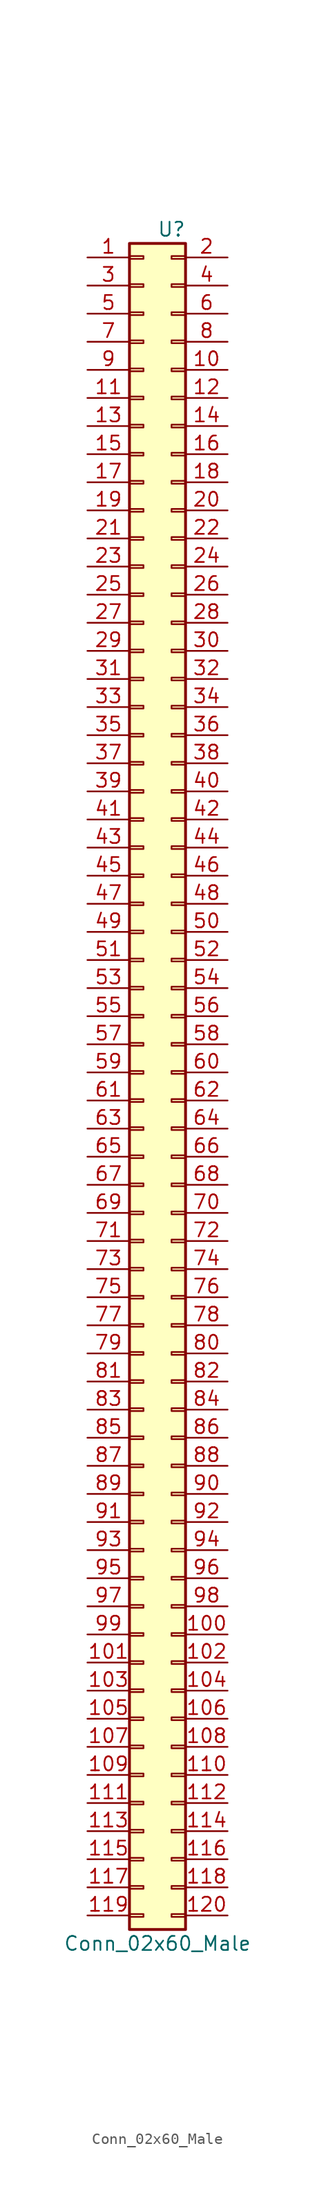
<source format=kicad_sym>
(kicad_symbol_lib
  (version 20231120)
  (generator "kicad_symbol_editor")
  (generator_version "8.0")
  (symbol "Conn_02x60_Male"
    (pin_names hide)
    (property "Reference" "U"
      (at 1.27 76.2 0)
      (effects (font (size 1.27 1.27))))
    (property "Value" "Conn_02x60_Male"
      (at 0 -78.74 0)
      (effects (font (size 1.27 1.27))))
    (symbol "Conn_02x60_Male_1_1"
      (rectangle (start -2.54 -76.073) (end -1.27 -76.327) (stroke (width 0.152) (type default)) (fill (type none)))
      (rectangle (start -2.54 -73.533) (end -1.27 -73.787) (stroke (width 0.152) (type default)) (fill (type none)))
      (rectangle (start -2.54 -70.993) (end -1.27 -71.247) (stroke (width 0.152) (type default)) (fill (type none)))
      (rectangle (start -2.54 -68.453) (end -1.27 -68.707) (stroke (width 0.152) (type default)) (fill (type none)))
      (rectangle (start -2.54 -65.913) (end -1.27 -66.167) (stroke (width 0.152) (type default)) (fill (type none)))
      (rectangle (start -2.54 -63.373) (end -1.27 -63.627) (stroke (width 0.152) (type default)) (fill (type none)))
      (rectangle (start -2.54 -60.833) (end -1.27 -61.087) (stroke (width 0.152) (type default)) (fill (type none)))
      (rectangle (start -2.54 -58.293) (end -1.27 -58.547) (stroke (width 0.152) (type default)) (fill (type none)))
      (rectangle (start -2.54 -55.753) (end -1.27 -56.007) (stroke (width 0.152) (type default)) (fill (type none)))
      (rectangle (start -2.54 -53.213) (end -1.27 -53.467) (stroke (width 0.152) (type default)) (fill (type none)))
      (rectangle (start -2.54 -50.673) (end -1.27 -50.927) (stroke (width 0.152) (type default)) (fill (type none)))
      (rectangle (start -2.54 -48.133) (end -1.27 -48.387) (stroke (width 0.152) (type default)) (fill (type none)))
      (rectangle (start -2.54 -45.593) (end -1.27 -45.847) (stroke (width 0.152) (type default)) (fill (type none)))
      (rectangle (start -2.54 -43.053) (end -1.27 -43.307) (stroke (width 0.152) (type default)) (fill (type none)))
      (rectangle (start -2.54 -40.513) (end -1.27 -40.767) (stroke (width 0.152) (type default)) (fill (type none)))
      (rectangle (start -2.54 -37.973) (end -1.27 -38.227) (stroke (width 0.152) (type default)) (fill (type none)))
      (rectangle (start -2.54 -35.433) (end -1.27 -35.687) (stroke (width 0.152) (type default)) (fill (type none)))
      (rectangle (start -2.54 -32.893) (end -1.27 -33.147) (stroke (width 0.152) (type default)) (fill (type none)))
      (rectangle (start -2.54 -30.353) (end -1.27 -30.607) (stroke (width 0.152) (type default)) (fill (type none)))
      (rectangle (start -2.54 -27.813) (end -1.27 -28.067) (stroke (width 0.152) (type default)) (fill (type none)))
      (rectangle (start -2.54 -25.273) (end -1.27 -25.527) (stroke (width 0.152) (type default)) (fill (type none)))
      (rectangle (start -2.54 -22.733) (end -1.27 -22.987) (stroke (width 0.152) (type default)) (fill (type none)))
      (rectangle (start -2.54 -20.193) (end -1.27 -20.447) (stroke (width 0.152) (type default)) (fill (type none)))
      (rectangle (start -2.54 -17.653) (end -1.27 -17.907) (stroke (width 0.152) (type default)) (fill (type none)))
      (rectangle (start -2.54 -15.113) (end -1.27 -15.367) (stroke (width 0.152) (type default)) (fill (type none)))
      (rectangle (start -2.54 -12.573) (end -1.27 -12.827) (stroke (width 0.152) (type default)) (fill (type none)))
      (rectangle (start -2.54 -10.033) (end -1.27 -10.287) (stroke (width 0.152) (type default)) (fill (type none)))
      (rectangle (start -2.54 -7.493) (end -1.27 -7.747) (stroke (width 0.152) (type default)) (fill (type none)))
      (rectangle (start -2.54 -4.953) (end -1.27 -5.207) (stroke (width 0.152) (type default)) (fill (type none)))
      (rectangle (start -2.54 -2.413) (end -1.27 -2.667) (stroke (width 0.152) (type default)) (fill (type none)))
      (rectangle (start -2.54 0.127) (end -1.27 -0.127) (stroke (width 0.152) (type default)) (fill (type none)))
      (rectangle (start -2.54 2.667) (end -1.27 2.413) (stroke (width 0.152) (type default)) (fill (type none)))
      (rectangle (start -2.54 5.207) (end -1.27 4.953) (stroke (width 0.152) (type default)) (fill (type none)))
      (rectangle (start -2.54 7.747) (end -1.27 7.493) (stroke (width 0.152) (type default)) (fill (type none)))
      (rectangle (start -2.54 10.287) (end -1.27 10.033) (stroke (width 0.152) (type default)) (fill (type none)))
      (rectangle (start -2.54 12.827) (end -1.27 12.573) (stroke (width 0.152) (type default)) (fill (type none)))
      (rectangle (start -2.54 15.367) (end -1.27 15.113) (stroke (width 0.152) (type default)) (fill (type none)))
      (rectangle (start -2.54 17.907) (end -1.27 17.653) (stroke (width 0.152) (type default)) (fill (type none)))
      (rectangle (start -2.54 20.447) (end -1.27 20.193) (stroke (width 0.152) (type default)) (fill (type none)))
      (rectangle (start -2.54 22.987) (end -1.27 22.733) (stroke (width 0.152) (type default)) (fill (type none)))
      (rectangle (start -2.54 25.527) (end -1.27 25.273) (stroke (width 0.152) (type default)) (fill (type none)))
      (rectangle (start -2.54 28.067) (end -1.27 27.813) (stroke (width 0.152) (type default)) (fill (type none)))
      (rectangle (start -2.54 30.607) (end -1.27 30.353) (stroke (width 0.152) (type default)) (fill (type none)))
      (rectangle (start -2.54 33.147) (end -1.27 32.893) (stroke (width 0.152) (type default)) (fill (type none)))
      (rectangle (start -2.54 35.687) (end -1.27 35.433) (stroke (width 0.152) (type default)) (fill (type none)))
      (rectangle (start -2.54 38.227) (end -1.27 37.973) (stroke (width 0.152) (type default)) (fill (type none)))
      (rectangle (start -2.54 40.767) (end -1.27 40.513) (stroke (width 0.152) (type default)) (fill (type none)))
      (rectangle (start -2.54 43.307) (end -1.27 43.053) (stroke (width 0.152) (type default)) (fill (type none)))
      (rectangle (start -2.54 45.847) (end -1.27 45.593) (stroke (width 0.152) (type default)) (fill (type none)))
      (rectangle (start -2.54 48.387) (end -1.27 48.133) (stroke (width 0.152) (type default)) (fill (type none)))
      (rectangle (start -2.54 50.927) (end -1.27 50.673) (stroke (width 0.152) (type default)) (fill (type none)))
      (rectangle (start -2.54 53.467) (end -1.27 53.213) (stroke (width 0.152) (type default)) (fill (type none)))
      (rectangle (start -2.54 56.007) (end -1.27 55.753) (stroke (width 0.152) (type default)) (fill (type none)))
      (rectangle (start -2.54 58.547) (end -1.27 58.293) (stroke (width 0.152) (type default)) (fill (type none)))
      (rectangle (start -2.54 61.087) (end -1.27 60.833) (stroke (width 0.152) (type default)) (fill (type none)))
      (rectangle (start -2.54 63.627) (end -1.27 63.373) (stroke (width 0.152) (type default)) (fill (type none)))
      (rectangle (start -2.54 66.167) (end -1.27 65.913) (stroke (width 0.152) (type default)) (fill (type none)))
      (rectangle (start -2.54 68.707) (end -1.27 68.453) (stroke (width 0.152) (type default)) (fill (type none)))
      (rectangle (start -2.54 71.247) (end -1.27 70.993) (stroke (width 0.152) (type default)) (fill (type none)))
      (rectangle (start -2.54 73.787) (end -1.27 73.533) (stroke (width 0.152) (type default)) (fill (type none)))
      (rectangle (start -2.54 74.93) (end 2.54 -77.47) (stroke (width 0.254) (type default)) (fill (type background)))
      (rectangle (start 2.54 -76.073) (end 1.27 -76.327) (stroke (width 0.152) (type default)) (fill (type none)))
      (rectangle (start 2.54 -73.533) (end 1.27 -73.787) (stroke (width 0.152) (type default)) (fill (type none)))
      (rectangle (start 2.54 -70.993) (end 1.27 -71.247) (stroke (width 0.152) (type default)) (fill (type none)))
      (rectangle (start 2.54 -68.453) (end 1.27 -68.707) (stroke (width 0.152) (type default)) (fill (type none)))
      (rectangle (start 2.54 -65.913) (end 1.27 -66.167) (stroke (width 0.152) (type default)) (fill (type none)))
      (rectangle (start 2.54 -63.373) (end 1.27 -63.627) (stroke (width 0.152) (type default)) (fill (type none)))
      (rectangle (start 2.54 -60.833) (end 1.27 -61.087) (stroke (width 0.152) (type default)) (fill (type none)))
      (rectangle (start 2.54 -58.293) (end 1.27 -58.547) (stroke (width 0.152) (type default)) (fill (type none)))
      (rectangle (start 2.54 -55.753) (end 1.27 -56.007) (stroke (width 0.152) (type default)) (fill (type none)))
      (rectangle (start 2.54 -53.213) (end 1.27 -53.467) (stroke (width 0.152) (type default)) (fill (type none)))
      (rectangle (start 2.54 -50.673) (end 1.27 -50.927) (stroke (width 0.152) (type default)) (fill (type none)))
      (rectangle (start 2.54 -48.133) (end 1.27 -48.387) (stroke (width 0.152) (type default)) (fill (type none)))
      (rectangle (start 2.54 -45.593) (end 1.27 -45.847) (stroke (width 0.152) (type default)) (fill (type none)))
      (rectangle (start 2.54 -43.053) (end 1.27 -43.307) (stroke (width 0.152) (type default)) (fill (type none)))
      (rectangle (start 2.54 -40.513) (end 1.27 -40.767) (stroke (width 0.152) (type default)) (fill (type none)))
      (rectangle (start 2.54 -37.973) (end 1.27 -38.227) (stroke (width 0.152) (type default)) (fill (type none)))
      (rectangle (start 2.54 -35.433) (end 1.27 -35.687) (stroke (width 0.152) (type default)) (fill (type none)))
      (rectangle (start 2.54 -32.893) (end 1.27 -33.147) (stroke (width 0.152) (type default)) (fill (type none)))
      (rectangle (start 2.54 -30.353) (end 1.27 -30.607) (stroke (width 0.152) (type default)) (fill (type none)))
      (rectangle (start 2.54 -27.813) (end 1.27 -28.067) (stroke (width 0.152) (type default)) (fill (type none)))
      (rectangle (start 2.54 -25.273) (end 1.27 -25.527) (stroke (width 0.152) (type default)) (fill (type none)))
      (rectangle (start 2.54 -22.733) (end 1.27 -22.987) (stroke (width 0.152) (type default)) (fill (type none)))
      (rectangle (start 2.54 -20.193) (end 1.27 -20.447) (stroke (width 0.152) (type default)) (fill (type none)))
      (rectangle (start 2.54 -17.653) (end 1.27 -17.907) (stroke (width 0.152) (type default)) (fill (type none)))
      (rectangle (start 2.54 -15.113) (end 1.27 -15.367) (stroke (width 0.152) (type default)) (fill (type none)))
      (rectangle (start 2.54 -12.573) (end 1.27 -12.827) (stroke (width 0.152) (type default)) (fill (type none)))
      (rectangle (start 2.54 -10.033) (end 1.27 -10.287) (stroke (width 0.152) (type default)) (fill (type none)))
      (rectangle (start 2.54 -7.493) (end 1.27 -7.747) (stroke (width 0.152) (type default)) (fill (type none)))
      (rectangle (start 2.54 -4.953) (end 1.27 -5.207) (stroke (width 0.152) (type default)) (fill (type none)))
      (rectangle (start 2.54 -2.413) (end 1.27 -2.667) (stroke (width 0.152) (type default)) (fill (type none)))
      (rectangle (start 2.54 0.127) (end 1.27 -0.127) (stroke (width 0.152) (type default)) (fill (type none)))
      (rectangle (start 2.54 2.667) (end 1.27 2.413) (stroke (width 0.152) (type default)) (fill (type none)))
      (rectangle (start 2.54 5.207) (end 1.27 4.953) (stroke (width 0.152) (type default)) (fill (type none)))
      (rectangle (start 2.54 7.747) (end 1.27 7.493) (stroke (width 0.152) (type default)) (fill (type none)))
      (rectangle (start 2.54 10.287) (end 1.27 10.033) (stroke (width 0.152) (type default)) (fill (type none)))
      (rectangle (start 2.54 12.827) (end 1.27 12.573) (stroke (width 0.152) (type default)) (fill (type none)))
      (rectangle (start 2.54 15.367) (end 1.27 15.113) (stroke (width 0.152) (type default)) (fill (type none)))
      (rectangle (start 2.54 17.907) (end 1.27 17.653) (stroke (width 0.152) (type default)) (fill (type none)))
      (rectangle (start 2.54 20.447) (end 1.27 20.193) (stroke (width 0.152) (type default)) (fill (type none)))
      (rectangle (start 2.54 22.987) (end 1.27 22.733) (stroke (width 0.152) (type default)) (fill (type none)))
      (rectangle (start 2.54 25.527) (end 1.27 25.273) (stroke (width 0.152) (type default)) (fill (type none)))
      (rectangle (start 2.54 28.067) (end 1.27 27.813) (stroke (width 0.152) (type default)) (fill (type none)))
      (rectangle (start 2.54 30.607) (end 1.27 30.353) (stroke (width 0.152) (type default)) (fill (type none)))
      (rectangle (start 2.54 33.147) (end 1.27 32.893) (stroke (width 0.152) (type default)) (fill (type none)))
      (rectangle (start 2.54 35.687) (end 1.27 35.433) (stroke (width 0.152) (type default)) (fill (type none)))
      (rectangle (start 2.54 38.227) (end 1.27 37.973) (stroke (width 0.152) (type default)) (fill (type none)))
      (rectangle (start 2.54 40.767) (end 1.27 40.513) (stroke (width 0.152) (type default)) (fill (type none)))
      (rectangle (start 2.54 43.307) (end 1.27 43.053) (stroke (width 0.152) (type default)) (fill (type none)))
      (rectangle (start 2.54 45.847) (end 1.27 45.593) (stroke (width 0.152) (type default)) (fill (type none)))
      (rectangle (start 2.54 48.387) (end 1.27 48.133) (stroke (width 0.152) (type default)) (fill (type none)))
      (rectangle (start 2.54 50.927) (end 1.27 50.673) (stroke (width 0.152) (type default)) (fill (type none)))
      (rectangle (start 2.54 53.467) (end 1.27 53.213) (stroke (width 0.152) (type default)) (fill (type none)))
      (rectangle (start 2.54 56.007) (end 1.27 55.753) (stroke (width 0.152) (type default)) (fill (type none)))
      (rectangle (start 2.54 58.547) (end 1.27 58.293) (stroke (width 0.152) (type default)) (fill (type none)))
      (rectangle (start 2.54 61.087) (end 1.27 60.833) (stroke (width 0.152) (type default)) (fill (type none)))
      (rectangle (start 2.54 63.627) (end 1.27 63.373) (stroke (width 0.152) (type default)) (fill (type none)))
      (rectangle (start 2.54 66.167) (end 1.27 65.913) (stroke (width 0.152) (type default)) (fill (type none)))
      (rectangle (start 2.54 68.707) (end 1.27 68.453) (stroke (width 0.152) (type default)) (fill (type none)))
      (rectangle (start 2.54 71.247) (end 1.27 70.993) (stroke (width 0.152) (type default)) (fill (type none)))
      (rectangle (start 2.54 73.787) (end 1.27 73.533) (stroke (width 0.152) (type default)) (fill (type none)))
      (pin passive line (at -6.35 73.66 0) (length 3.81) (name "" (effects (font (size 1.27 1.27)))) (number "1" (effects (font (size 1.27 1.27)))))
      (pin passive line (at 6.35 63.5 180) (length 3.81) (name "Pin_10" (effects (font (size 1.27 1.27)))) (number "10" (effects (font (size 1.27 1.27)))))
      (pin passive line (at 6.35 -50.8 180) (length 3.81) (name "Pin_100" (effects (font (size 1.27 1.27)))) (number "100" (effects (font (size 1.27 1.27)))))
      (pin passive line (at -6.35 -53.34 0) (length 3.81) (name "Pin_101" (effects (font (size 1.27 1.27)))) (number "101" (effects (font (size 1.27 1.27)))))
      (pin passive line (at 6.35 -53.34 180) (length 3.81) (name "Pin_102" (effects (font (size 1.27 1.27)))) (number "102" (effects (font (size 1.27 1.27)))))
      (pin passive line (at -6.35 -55.88 0) (length 3.81) (name "Pin_103" (effects (font (size 1.27 1.27)))) (number "103" (effects (font (size 1.27 1.27)))))
      (pin passive line (at 6.35 -55.88 180) (length 3.81) (name "Pin_104" (effects (font (size 1.27 1.27)))) (number "104" (effects (font (size 1.27 1.27)))))
      (pin passive line (at -6.35 -58.42 0) (length 3.81) (name "Pin_105" (effects (font (size 1.27 1.27)))) (number "105" (effects (font (size 1.27 1.27)))))
      (pin passive line (at 6.35 -58.42 180) (length 3.81) (name "Pin_106" (effects (font (size 1.27 1.27)))) (number "106" (effects (font (size 1.27 1.27)))))
      (pin passive line (at -6.35 -60.96 0) (length 3.81) (name "Pin_107" (effects (font (size 1.27 1.27)))) (number "107" (effects (font (size 1.27 1.27)))))
      (pin passive line (at 6.35 -60.96 180) (length 3.81) (name "Pin_108" (effects (font (size 1.27 1.27)))) (number "108" (effects (font (size 1.27 1.27)))))
      (pin passive line (at -6.35 -63.5 0) (length 3.81) (name "Pin_109" (effects (font (size 1.27 1.27)))) (number "109" (effects (font (size 1.27 1.27)))))
      (pin passive line (at -6.35 60.96 0) (length 3.81) (name "Pin_11" (effects (font (size 1.27 1.27)))) (number "11" (effects (font (size 1.27 1.27)))))
      (pin passive line (at 6.35 -63.5 180) (length 3.81) (name "Pin_110" (effects (font (size 1.27 1.27)))) (number "110" (effects (font (size 1.27 1.27)))))
      (pin passive line (at -6.35 -66.04 0) (length 3.81) (name "Pin_111" (effects (font (size 1.27 1.27)))) (number "111" (effects (font (size 1.27 1.27)))))
      (pin passive line (at 6.35 -66.04 180) (length 3.81) (name "Pin_112" (effects (font (size 1.27 1.27)))) (number "112" (effects (font (size 1.27 1.27)))))
      (pin passive line (at -6.35 -68.58 0) (length 3.81) (name "Pin_113" (effects (font (size 1.27 1.27)))) (number "113" (effects (font (size 1.27 1.27)))))
      (pin passive line (at 6.35 -68.58 180) (length 3.81) (name "Pin_114" (effects (font (size 1.27 1.27)))) (number "114" (effects (font (size 1.27 1.27)))))
      (pin passive line (at -6.35 -71.12 0) (length 3.81) (name "Pin_115" (effects (font (size 1.27 1.27)))) (number "115" (effects (font (size 1.27 1.27)))))
      (pin passive line (at 6.35 -71.12 180) (length 3.81) (name "Pin_116" (effects (font (size 1.27 1.27)))) (number "116" (effects (font (size 1.27 1.27)))))
      (pin passive line (at -6.35 -73.66 0) (length 3.81) (name "Pin_117" (effects (font (size 1.27 1.27)))) (number "117" (effects (font (size 1.27 1.27)))))
      (pin passive line (at 6.35 -73.66 180) (length 3.81) (name "Pin_118" (effects (font (size 1.27 1.27)))) (number "118" (effects (font (size 1.27 1.27)))))
      (pin passive line (at -6.35 -76.2 0) (length 3.81) (name "Pin_119" (effects (font (size 1.27 1.27)))) (number "119" (effects (font (size 1.27 1.27)))))
      (pin passive line (at 6.35 60.96 180) (length 3.81) (name "Pin_12" (effects (font (size 1.27 1.27)))) (number "12" (effects (font (size 1.27 1.27)))))
      (pin passive line (at 6.35 -76.2 180) (length 3.81) (name "Pin_120" (effects (font (size 1.27 1.27)))) (number "120" (effects (font (size 1.27 1.27)))))
      (pin passive line (at -6.35 58.42 0) (length 3.81) (name "Pin_13" (effects (font (size 1.27 1.27)))) (number "13" (effects (font (size 1.27 1.27)))))
      (pin passive line (at 6.35 58.42 180) (length 3.81) (name "Pin_14" (effects (font (size 1.27 1.27)))) (number "14" (effects (font (size 1.27 1.27)))))
      (pin passive line (at -6.35 55.88 0) (length 3.81) (name "Pin_15" (effects (font (size 1.27 1.27)))) (number "15" (effects (font (size 1.27 1.27)))))
      (pin passive line (at 6.35 55.88 180) (length 3.81) (name "Pin_16" (effects (font (size 1.27 1.27)))) (number "16" (effects (font (size 1.27 1.27)))))
      (pin passive line (at -6.35 53.34 0) (length 3.81) (name "Pin_17" (effects (font (size 1.27 1.27)))) (number "17" (effects (font (size 1.27 1.27)))))
      (pin passive line (at 6.35 53.34 180) (length 3.81) (name "Pin_18" (effects (font (size 1.27 1.27)))) (number "18" (effects (font (size 1.27 1.27)))))
      (pin passive line (at -6.35 50.8 0) (length 3.81) (name "Pin_19" (effects (font (size 1.27 1.27)))) (number "19" (effects (font (size 1.27 1.27)))))
      (pin passive line (at 6.35 73.66 180) (length 3.81) (name "" (effects (font (size 1.27 1.27)))) (number "2" (effects (font (size 1.27 1.27)))))
      (pin passive line (at 6.35 50.8 180) (length 3.81) (name "Pin_20" (effects (font (size 1.27 1.27)))) (number "20" (effects (font (size 1.27 1.27)))))
      (pin passive line (at -6.35 48.26 0) (length 3.81) (name "Pin_21" (effects (font (size 1.27 1.27)))) (number "21" (effects (font (size 1.27 1.27)))))
      (pin passive line (at 6.35 48.26 180) (length 3.81) (name "Pin_22" (effects (font (size 1.27 1.27)))) (number "22" (effects (font (size 1.27 1.27)))))
      (pin passive line (at -6.35 45.72 0) (length 3.81) (name "Pin_23" (effects (font (size 1.27 1.27)))) (number "23" (effects (font (size 1.27 1.27)))))
      (pin passive line (at 6.35 45.72 180) (length 3.81) (name "Pin_24" (effects (font (size 1.27 1.27)))) (number "24" (effects (font (size 1.27 1.27)))))
      (pin passive line (at -6.35 43.18 0) (length 3.81) (name "Pin_25" (effects (font (size 1.27 1.27)))) (number "25" (effects (font (size 1.27 1.27)))))
      (pin passive line (at 6.35 43.18 180) (length 3.81) (name "Pin_26" (effects (font (size 1.27 1.27)))) (number "26" (effects (font (size 1.27 1.27)))))
      (pin passive line (at -6.35 40.64 0) (length 3.81) (name "Pin_27" (effects (font (size 1.27 1.27)))) (number "27" (effects (font (size 1.27 1.27)))))
      (pin passive line (at 6.35 40.64 180) (length 3.81) (name "Pin_28" (effects (font (size 1.27 1.27)))) (number "28" (effects (font (size 1.27 1.27)))))
      (pin passive line (at -6.35 38.1 0) (length 3.81) (name "Pin_29" (effects (font (size 1.27 1.27)))) (number "29" (effects (font (size 1.27 1.27)))))
      (pin passive line (at -6.35 71.12 0) (length 3.81) (name "" (effects (font (size 1.27 1.27)))) (number "3" (effects (font (size 1.27 1.27)))))
      (pin passive line (at 6.35 38.1 180) (length 3.81) (name "Pin_30" (effects (font (size 1.27 1.27)))) (number "30" (effects (font (size 1.27 1.27)))))
      (pin passive line (at -6.35 35.56 0) (length 3.81) (name "Pin_31" (effects (font (size 1.27 1.27)))) (number "31" (effects (font (size 1.27 1.27)))))
      (pin passive line (at 6.35 35.56 180) (length 3.81) (name "Pin_32" (effects (font (size 1.27 1.27)))) (number "32" (effects (font (size 1.27 1.27)))))
      (pin passive line (at -6.35 33.02 0) (length 3.81) (name "Pin_33" (effects (font (size 1.27 1.27)))) (number "33" (effects (font (size 1.27 1.27)))))
      (pin passive line (at 6.35 33.02 180) (length 3.81) (name "Pin_34" (effects (font (size 1.27 1.27)))) (number "34" (effects (font (size 1.27 1.27)))))
      (pin passive line (at -6.35 30.48 0) (length 3.81) (name "Pin_35" (effects (font (size 1.27 1.27)))) (number "35" (effects (font (size 1.27 1.27)))))
      (pin passive line (at 6.35 30.48 180) (length 3.81) (name "Pin_36" (effects (font (size 1.27 1.27)))) (number "36" (effects (font (size 1.27 1.27)))))
      (pin passive line (at -6.35 27.94 0) (length 3.81) (name "Pin_37" (effects (font (size 1.27 1.27)))) (number "37" (effects (font (size 1.27 1.27)))))
      (pin passive line (at 6.35 27.94 180) (length 3.81) (name "Pin_38" (effects (font (size 1.27 1.27)))) (number "38" (effects (font (size 1.27 1.27)))))
      (pin passive line (at -6.35 25.4 0) (length 3.81) (name "Pin_39" (effects (font (size 1.27 1.27)))) (number "39" (effects (font (size 1.27 1.27)))))
      (pin passive line (at 6.35 71.12 180) (length 3.81) (name "" (effects (font (size 1.27 1.27)))) (number "4" (effects (font (size 1.27 1.27)))))
      (pin passive line (at 6.35 25.4 180) (length 3.81) (name "Pin_40" (effects (font (size 1.27 1.27)))) (number "40" (effects (font (size 1.27 1.27)))))
      (pin passive line (at -6.35 22.86 0) (length 3.81) (name "Pin_41" (effects (font (size 1.27 1.27)))) (number "41" (effects (font (size 1.27 1.27)))))
      (pin passive line (at 6.35 22.86 180) (length 3.81) (name "Pin_42" (effects (font (size 1.27 1.27)))) (number "42" (effects (font (size 1.27 1.27)))))
      (pin passive line (at -6.35 20.32 0) (length 3.81) (name "Pin_43" (effects (font (size 1.27 1.27)))) (number "43" (effects (font (size 1.27 1.27)))))
      (pin passive line (at 6.35 20.32 180) (length 3.81) (name "Pin_44" (effects (font (size 1.27 1.27)))) (number "44" (effects (font (size 1.27 1.27)))))
      (pin passive line (at -6.35 17.78 0) (length 3.81) (name "Pin_45" (effects (font (size 1.27 1.27)))) (number "45" (effects (font (size 1.27 1.27)))))
      (pin passive line (at 6.35 17.78 180) (length 3.81) (name "Pin_46" (effects (font (size 1.27 1.27)))) (number "46" (effects (font (size 1.27 1.27)))))
      (pin passive line (at -6.35 15.24 0) (length 3.81) (name "Pin_47" (effects (font (size 1.27 1.27)))) (number "47" (effects (font (size 1.27 1.27)))))
      (pin passive line (at 6.35 15.24 180) (length 3.81) (name "Pin_48" (effects (font (size 1.27 1.27)))) (number "48" (effects (font (size 1.27 1.27)))))
      (pin passive line (at -6.35 12.7 0) (length 3.81) (name "Pin_49" (effects (font (size 1.27 1.27)))) (number "49" (effects (font (size 1.27 1.27)))))
      (pin passive line (at -6.35 68.58 0) (length 3.81) (name "Pin_5" (effects (font (size 1.27 1.27)))) (number "5" (effects (font (size 1.27 1.27)))))
      (pin passive line (at 6.35 12.7 180) (length 3.81) (name "Pin_50" (effects (font (size 1.27 1.27)))) (number "50" (effects (font (size 1.27 1.27)))))
      (pin passive line (at -6.35 10.16 0) (length 3.81) (name "Pin_51" (effects (font (size 1.27 1.27)))) (number "51" (effects (font (size 1.27 1.27)))))
      (pin passive line (at 6.35 10.16 180) (length 3.81) (name "Pin_52" (effects (font (size 1.27 1.27)))) (number "52" (effects (font (size 1.27 1.27)))))
      (pin passive line (at -6.35 7.62 0) (length 3.81) (name "Pin_53" (effects (font (size 1.27 1.27)))) (number "53" (effects (font (size 1.27 1.27)))))
      (pin passive line (at 6.35 7.62 180) (length 3.81) (name "Pin_54" (effects (font (size 1.27 1.27)))) (number "54" (effects (font (size 1.27 1.27)))))
      (pin passive line (at -6.35 5.08 0) (length 3.81) (name "Pin_55" (effects (font (size 1.27 1.27)))) (number "55" (effects (font (size 1.27 1.27)))))
      (pin passive line (at 6.35 5.08 180) (length 3.81) (name "Pin_56" (effects (font (size 1.27 1.27)))) (number "56" (effects (font (size 1.27 1.27)))))
      (pin passive line (at -6.35 2.54 0) (length 3.81) (name "Pin_57" (effects (font (size 1.27 1.27)))) (number "57" (effects (font (size 1.27 1.27)))))
      (pin passive line (at 6.35 2.54 180) (length 3.81) (name "Pin_58" (effects (font (size 1.27 1.27)))) (number "58" (effects (font (size 1.27 1.27)))))
      (pin passive line (at -6.35 0 0) (length 3.81) (name "Pin_59" (effects (font (size 1.27 1.27)))) (number "59" (effects (font (size 1.27 1.27)))))
      (pin passive line (at 6.35 68.58 180) (length 3.81) (name "" (effects (font (size 1.27 1.27)))) (number "6" (effects (font (size 1.27 1.27)))))
      (pin passive line (at 6.35 0 180) (length 3.81) (name "Pin_60" (effects (font (size 1.27 1.27)))) (number "60" (effects (font (size 1.27 1.27)))))
      (pin passive line (at -6.35 -2.54 0) (length 3.81) (name "Pin_61" (effects (font (size 1.27 1.27)))) (number "61" (effects (font (size 1.27 1.27)))))
      (pin passive line (at 6.35 -2.54 180) (length 3.81) (name "Pin_62" (effects (font (size 1.27 1.27)))) (number "62" (effects (font (size 1.27 1.27)))))
      (pin passive line (at -6.35 -5.08 0) (length 3.81) (name "Pin_63" (effects (font (size 1.27 1.27)))) (number "63" (effects (font (size 1.27 1.27)))))
      (pin passive line (at 6.35 -5.08 180) (length 3.81) (name "Pin_64" (effects (font (size 1.27 1.27)))) (number "64" (effects (font (size 1.27 1.27)))))
      (pin passive line (at -6.35 -7.62 0) (length 3.81) (name "Pin_65" (effects (font (size 1.27 1.27)))) (number "65" (effects (font (size 1.27 1.27)))))
      (pin passive line (at 6.35 -7.62 180) (length 3.81) (name "Pin_66" (effects (font (size 1.27 1.27)))) (number "66" (effects (font (size 1.27 1.27)))))
      (pin passive line (at -6.35 -10.16 0) (length 3.81) (name "Pin_67" (effects (font (size 1.27 1.27)))) (number "67" (effects (font (size 1.27 1.27)))))
      (pin passive line (at 6.35 -10.16 180) (length 3.81) (name "Pin_68" (effects (font (size 1.27 1.27)))) (number "68" (effects (font (size 1.27 1.27)))))
      (pin passive line (at -6.35 -12.7 0) (length 3.81) (name "Pin_69" (effects (font (size 1.27 1.27)))) (number "69" (effects (font (size 1.27 1.27)))))
      (pin passive line (at -6.35 66.04 0) (length 3.81) (name "Pin_7" (effects (font (size 1.27 1.27)))) (number "7" (effects (font (size 1.27 1.27)))))
      (pin passive line (at 6.35 -12.7 180) (length 3.81) (name "Pin_70" (effects (font (size 1.27 1.27)))) (number "70" (effects (font (size 1.27 1.27)))))
      (pin passive line (at -6.35 -15.24 0) (length 3.81) (name "Pin_71" (effects (font (size 1.27 1.27)))) (number "71" (effects (font (size 1.27 1.27)))))
      (pin passive line (at 6.35 -15.24 180) (length 3.81) (name "Pin_72" (effects (font (size 1.27 1.27)))) (number "72" (effects (font (size 1.27 1.27)))))
      (pin passive line (at -6.35 -17.78 0) (length 3.81) (name "Pin_73" (effects (font (size 1.27 1.27)))) (number "73" (effects (font (size 1.27 1.27)))))
      (pin passive line (at 6.35 -17.78 180) (length 3.81) (name "Pin_74" (effects (font (size 1.27 1.27)))) (number "74" (effects (font (size 1.27 1.27)))))
      (pin passive line (at -6.35 -20.32 0) (length 3.81) (name "Pin_75" (effects (font (size 1.27 1.27)))) (number "75" (effects (font (size 1.27 1.27)))))
      (pin passive line (at 6.35 -20.32 180) (length 3.81) (name "Pin_76" (effects (font (size 1.27 1.27)))) (number "76" (effects (font (size 1.27 1.27)))))
      (pin passive line (at -6.35 -22.86 0) (length 3.81) (name "Pin_77" (effects (font (size 1.27 1.27)))) (number "77" (effects (font (size 1.27 1.27)))))
      (pin passive line (at 6.35 -22.86 180) (length 3.81) (name "Pin_78" (effects (font (size 1.27 1.27)))) (number "78" (effects (font (size 1.27 1.27)))))
      (pin passive line (at -6.35 -25.4 0) (length 3.81) (name "Pin_79" (effects (font (size 1.27 1.27)))) (number "79" (effects (font (size 1.27 1.27)))))
      (pin passive line (at 6.35 66.04 180) (length 3.81) (name "" (effects (font (size 1.27 1.27)))) (number "8" (effects (font (size 1.27 1.27)))))
      (pin passive line (at 6.35 -25.4 180) (length 3.81) (name "Pin_80" (effects (font (size 1.27 1.27)))) (number "80" (effects (font (size 1.27 1.27)))))
      (pin passive line (at -6.35 -27.94 0) (length 3.81) (name "Pin_81" (effects (font (size 1.27 1.27)))) (number "81" (effects (font (size 1.27 1.27)))))
      (pin passive line (at 6.35 -27.94 180) (length 3.81) (name "Pin_82" (effects (font (size 1.27 1.27)))) (number "82" (effects (font (size 1.27 1.27)))))
      (pin passive line (at -6.35 -30.48 0) (length 3.81) (name "Pin_83" (effects (font (size 1.27 1.27)))) (number "83" (effects (font (size 1.27 1.27)))))
      (pin passive line (at 6.35 -30.48 180) (length 3.81) (name "Pin_84" (effects (font (size 1.27 1.27)))) (number "84" (effects (font (size 1.27 1.27)))))
      (pin passive line (at -6.35 -33.02 0) (length 3.81) (name "Pin_85" (effects (font (size 1.27 1.27)))) (number "85" (effects (font (size 1.27 1.27)))))
      (pin passive line (at 6.35 -33.02 180) (length 3.81) (name "Pin_86" (effects (font (size 1.27 1.27)))) (number "86" (effects (font (size 1.27 1.27)))))
      (pin passive line (at -6.35 -35.56 0) (length 3.81) (name "Pin_87" (effects (font (size 1.27 1.27)))) (number "87" (effects (font (size 1.27 1.27)))))
      (pin passive line (at 6.35 -35.56 180) (length 3.81) (name "Pin_88" (effects (font (size 1.27 1.27)))) (number "88" (effects (font (size 1.27 1.27)))))
      (pin passive line (at -6.35 -38.1 0) (length 3.81) (name "Pin_89" (effects (font (size 1.27 1.27)))) (number "89" (effects (font (size 1.27 1.27)))))
      (pin passive line (at -6.35 63.5 0) (length 3.81) (name "Pin_9" (effects (font (size 1.27 1.27)))) (number "9" (effects (font (size 1.27 1.27)))))
      (pin passive line (at 6.35 -38.1 180) (length 3.81) (name "Pin_90" (effects (font (size 1.27 1.27)))) (number "90" (effects (font (size 1.27 1.27)))))
      (pin passive line (at -6.35 -40.64 0) (length 3.81) (name "Pin_91" (effects (font (size 1.27 1.27)))) (number "91" (effects (font (size 1.27 1.27)))))
      (pin passive line (at 6.35 -40.64 180) (length 3.81) (name "Pin_92" (effects (font (size 1.27 1.27)))) (number "92" (effects (font (size 1.27 1.27)))))
      (pin passive line (at -6.35 -43.18 0) (length 3.81) (name "Pin_93" (effects (font (size 1.27 1.27)))) (number "93" (effects (font (size 1.27 1.27)))))
      (pin passive line (at 6.35 -43.18 180) (length 3.81) (name "Pin_94" (effects (font (size 1.27 1.27)))) (number "94" (effects (font (size 1.27 1.27)))))
      (pin passive line (at -6.35 -45.72 0) (length 3.81) (name "Pin_95" (effects (font (size 1.27 1.27)))) (number "95" (effects (font (size 1.27 1.27)))))
      (pin passive line (at 6.35 -45.72 180) (length 3.81) (name "Pin_96" (effects (font (size 1.27 1.27)))) (number "96" (effects (font (size 1.27 1.27)))))
      (pin passive line (at -6.35 -48.26 0) (length 3.81) (name "Pin_97" (effects (font (size 1.27 1.27)))) (number "97" (effects (font (size 1.27 1.27)))))
      (pin passive line (at 6.35 -48.26 180) (length 3.81) (name "Pin_98" (effects (font (size 1.27 1.27)))) (number "98" (effects (font (size 1.27 1.27)))))
      (pin passive line (at -6.35 -50.8 0) (length 3.81) (name "Pin_99" (effects (font (size 1.27 1.27)))) (number "99" (effects (font (size 1.27 1.27))))))))
</source>
